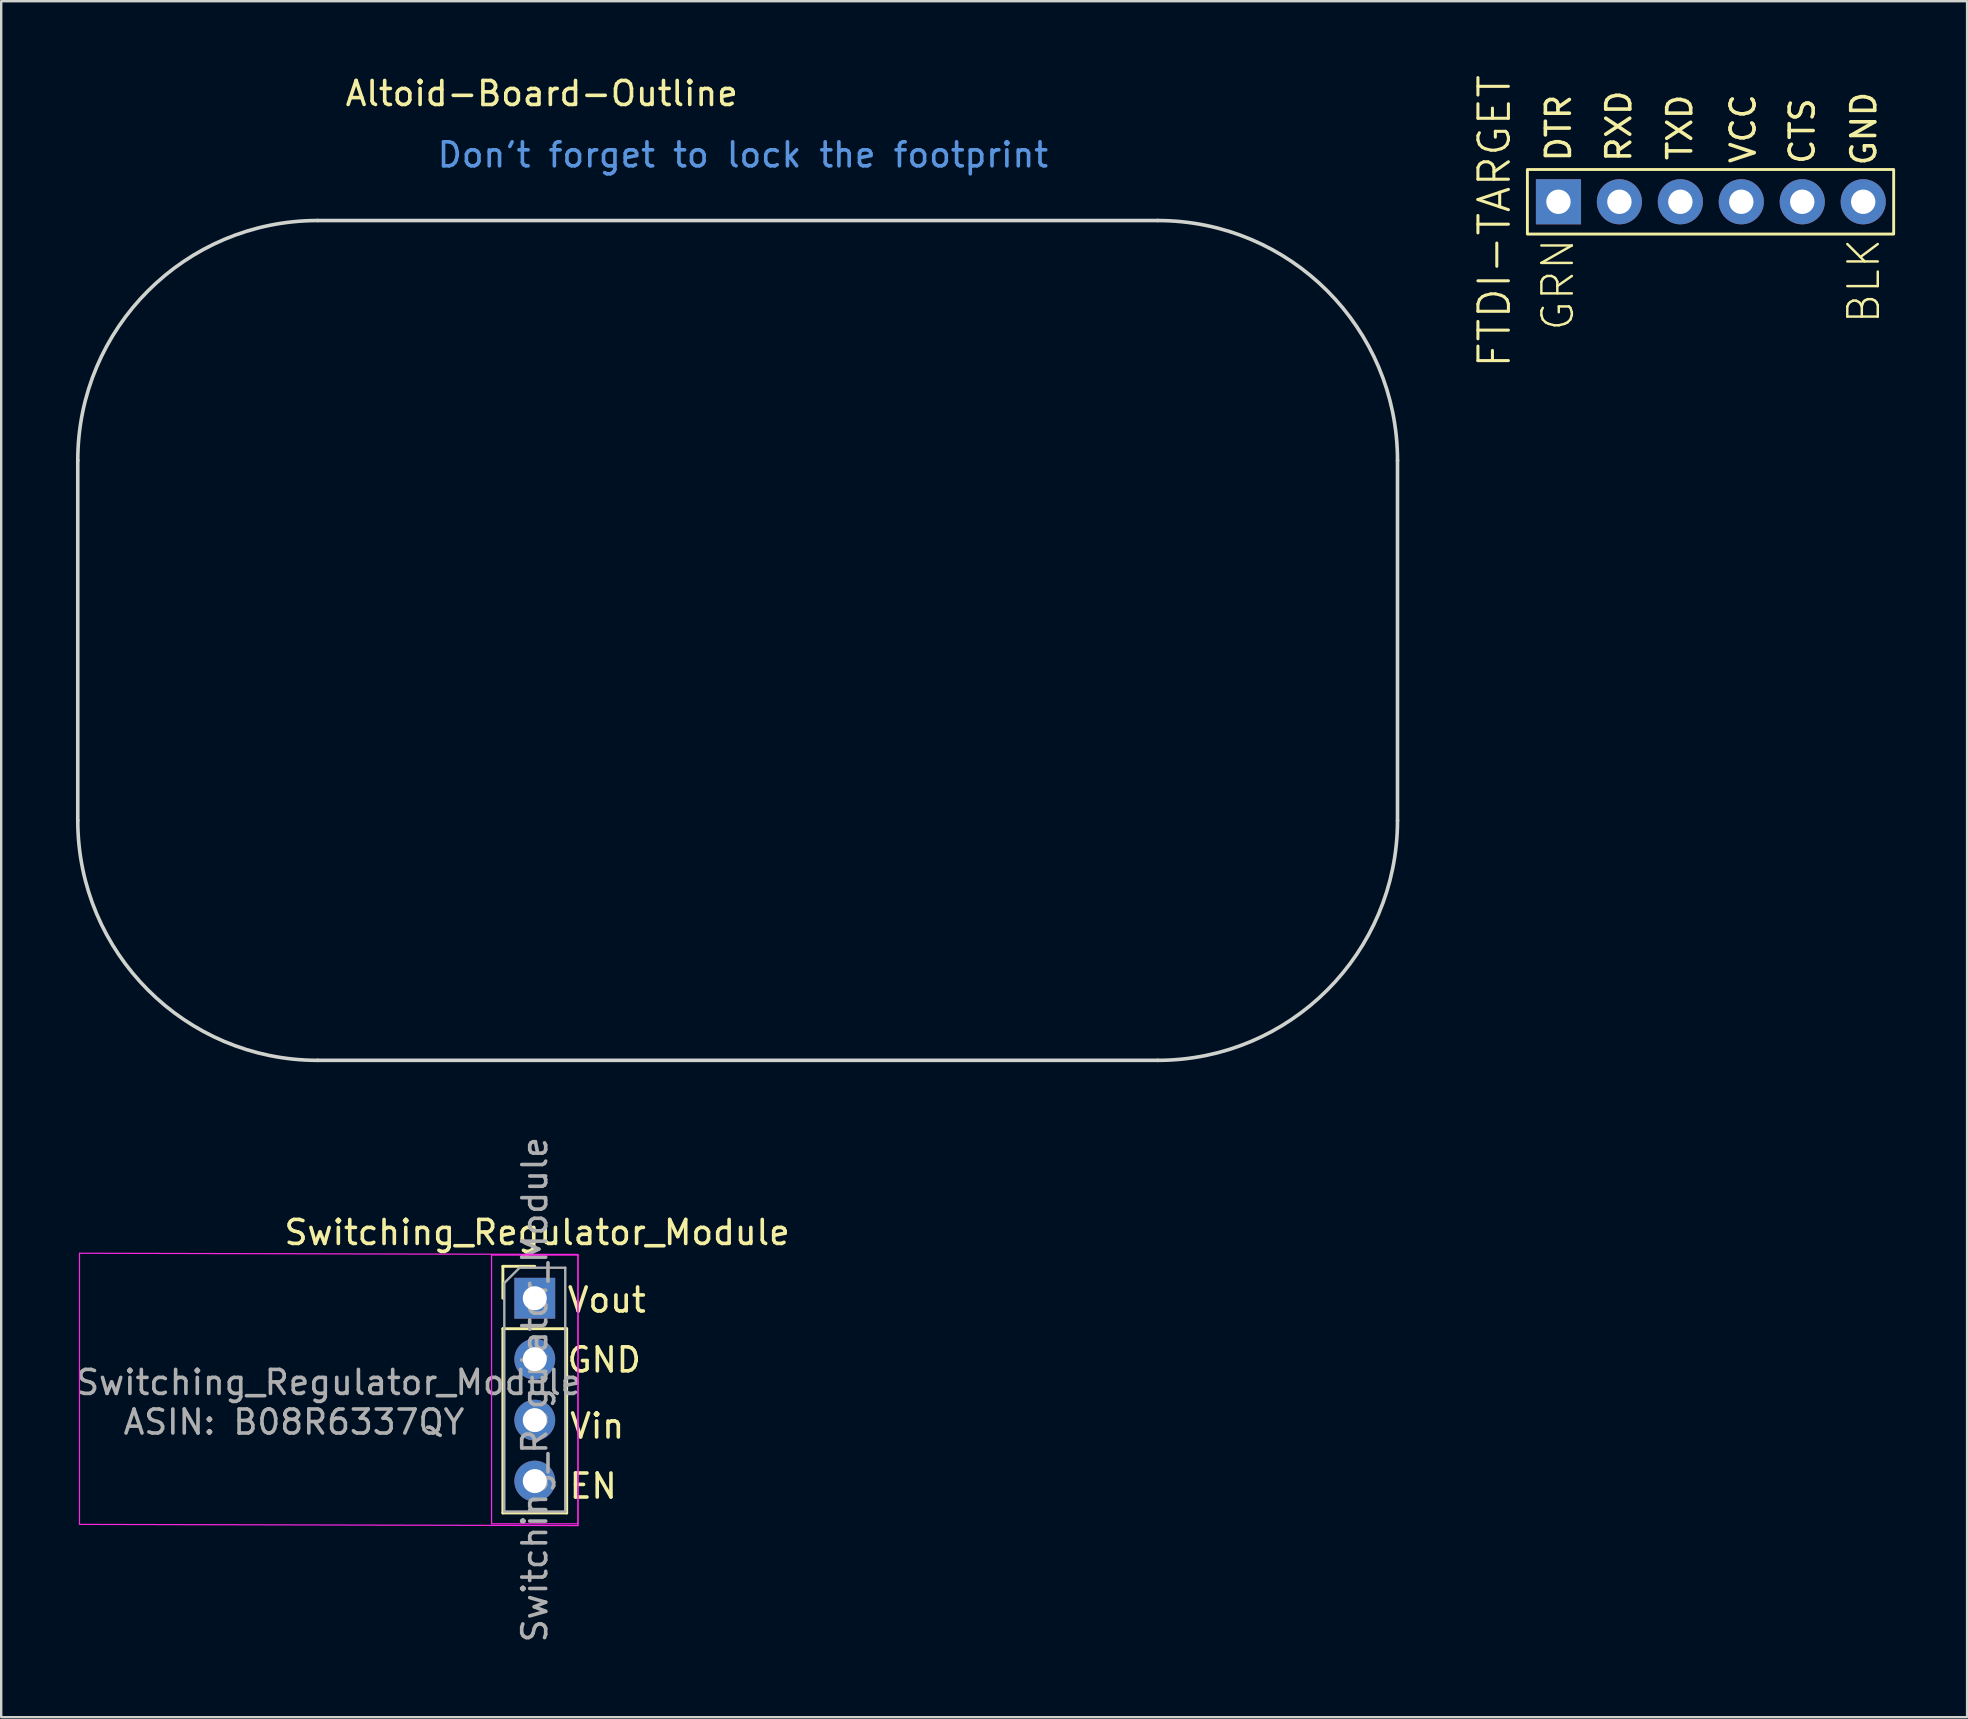
<source format=kicad_pcb>
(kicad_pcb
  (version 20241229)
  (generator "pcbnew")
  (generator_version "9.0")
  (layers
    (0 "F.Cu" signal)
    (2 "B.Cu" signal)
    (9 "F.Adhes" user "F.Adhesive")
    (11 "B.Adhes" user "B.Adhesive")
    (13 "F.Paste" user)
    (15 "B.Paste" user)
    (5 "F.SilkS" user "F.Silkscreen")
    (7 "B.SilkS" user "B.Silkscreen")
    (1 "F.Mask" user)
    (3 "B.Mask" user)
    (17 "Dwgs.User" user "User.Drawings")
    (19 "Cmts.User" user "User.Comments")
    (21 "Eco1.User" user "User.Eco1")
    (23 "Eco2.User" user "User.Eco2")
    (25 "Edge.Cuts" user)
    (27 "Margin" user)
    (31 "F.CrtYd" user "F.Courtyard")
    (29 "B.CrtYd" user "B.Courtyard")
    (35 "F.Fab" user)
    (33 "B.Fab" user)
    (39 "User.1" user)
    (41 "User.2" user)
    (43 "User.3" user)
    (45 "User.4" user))
  (footprint "FTDI-TARGET"
    (layer "F.Cu")
    (at 61.899 5.359)
    (property "Reference" "FTDI-TARGET" (at -2.667 0.813 90) (layer "F.SilkS") (effects (font (size 1.27 1.27) (thickness 0.127))))
    (attr exclude_from_pos_files exclude_from_bom)
    (fp_line (start -0.254 -0.254) (end 0.254 -0.254) (stroke (width 0.066) (type solid)) (layer "F.SilkS"))
    (fp_line (start -0.254 0.254) (end -0.254 -0.254) (stroke (width 0.066) (type solid)) (layer "F.SilkS"))
    (fp_line (start -0.254 0.254) (end 0.254 0.254) (stroke (width 0.066) (type solid)) (layer "F.SilkS"))
    (fp_line (start 0.254 0.254) (end 0.254 -0.254) (stroke (width 0.066) (type solid)) (layer "F.SilkS"))
    (fp_line (start 2.286 -0.254) (end 2.794 -0.254) (stroke (width 0.066) (type solid)) (layer "F.SilkS"))
    (fp_line (start 2.286 0.254) (end 2.286 -0.254) (stroke (width 0.066) (type solid)) (layer "F.SilkS"))
    (fp_line (start 2.286 0.254) (end 2.794 0.254) (stroke (width 0.066) (type solid)) (layer "F.SilkS"))
    (fp_line (start 2.794 0.254) (end 2.794 -0.254) (stroke (width 0.066) (type solid)) (layer "F.SilkS"))
    (fp_line (start 4.826 -0.254) (end 5.334 -0.254) (stroke (width 0.066) (type solid)) (layer "F.SilkS"))
    (fp_line (start 4.826 0.254) (end 4.826 -0.254) (stroke (width 0.066) (type solid)) (layer "F.SilkS"))
    (fp_line (start 4.826 0.254) (end 5.334 0.254) (stroke (width 0.066) (type solid)) (layer "F.SilkS"))
    (fp_line (start 5.334 0.254) (end 5.334 -0.254) (stroke (width 0.066) (type solid)) (layer "F.SilkS"))
    (fp_line (start 7.366 0.254) (end 7.366 -0.254) (stroke (width 0.066) (type solid)) (layer "F.SilkS"))
    (fp_line (start 9.906 -0.254) (end 10.414 -0.254) (stroke (width 0.066) (type solid)) (layer "F.SilkS"))
    (fp_line (start 9.906 0.254) (end 9.906 -0.254) (stroke (width 0.066) (type solid)) (layer "F.SilkS"))
    (fp_line (start 9.906 0.254) (end 10.414 0.254) (stroke (width 0.066) (type solid)) (layer "F.SilkS"))
    (fp_line (start 10.414 0.254) (end 10.414 -0.254) (stroke (width 0.066) (type solid)) (layer "F.SilkS"))
    (fp_line (start 12.446 -0.254) (end 12.954 -0.254) (stroke (width 0.066) (type solid)) (layer "F.SilkS"))
    (fp_line (start 12.446 0.254) (end 12.446 -0.254) (stroke (width 0.066) (type solid)) (layer "F.SilkS"))
    (fp_line (start 12.446 0.254) (end 12.954 0.254) (stroke (width 0.066) (type solid)) (layer "F.SilkS"))
    (fp_line (start 12.954 0.254) (end 12.954 -0.254) (stroke (width 0.066) (type solid)) (layer "F.SilkS"))
    (fp_rect (start -1.295 -1.346) (end 13.97 1.346) (stroke (width 0.12) (type solid)) (fill no) (layer "F.SilkS"))
    (fp_text user "BLK" (at 12.725 3.302 270) (layer "F.SilkS") (effects (font (size 1.27 1.27) (thickness 0.102))))
    (fp_text user "DTR" (at 0 -3.073 90) (layer "F.SilkS") (effects (font (size 1 1) (thickness 0.15))))
    (fp_text user "VCC" (at 7.696 -3.048 90) (layer "F.SilkS") (effects (font (size 1 1) (thickness 0.15))))
    (fp_text user "RXD" (at 2.515 -3.15 90) (layer "F.SilkS") (effects (font (size 1 1) (thickness 0.15))))
    (fp_text user "CTS" (at 10.16 -2.946 90) (layer "F.SilkS") (effects (font (size 1 1) (thickness 0.15))))
    (fp_text user "TXD" (at 5.055 -3.099 90) (layer "F.SilkS") (effects (font (size 1 1) (thickness 0.15))))
    (fp_text user "GRN" (at -0.025 3.454 270) (layer "F.SilkS") (effects (font (size 1.27 1.27) (thickness 0.102))))
    (fp_text user "GND" (at 12.725 -3.048 90) (layer "F.SilkS") (effects (font (size 1 1) (thickness 0.15))))
    (pad "1" thru_hole rect (at 0 0) (size 1.88 1.88) (drill 1.016) (layers "*.Cu" "*.Paste" "*.Mask"))
    (pad "2" thru_hole circle (at 2.54 0) (size 1.88 1.88) (drill 1.016) (layers "*.Cu" "*.Paste" "*.Mask"))
    (pad "3" thru_hole circle (at 5.08 0) (size 1.88 1.88) (drill 1.016) (layers "*.Cu" "*.Paste" "*.Mask"))
    (pad "4" thru_hole circle (at 7.62 0) (size 1.88 1.88) (drill 1.016) (layers "*.Cu" "*.Paste" "*.Mask"))
    (pad "5" thru_hole circle (at 10.16 0) (size 1.88 1.88) (drill 1.016) (layers "*.Cu" "*.Paste" "*.Mask"))
    (pad "6" thru_hole circle (at 12.7 0) (size 1.88 1.88) (drill 1.016) (layers "*.Cu" "*.Paste" "*.Mask")))
  (footprint "Switching_Regulator_Module"
    (layer "F.Cu")
    (at 19.209 50.957)
    (property "Reference" "Switching_Regulator_Module" (at 0.127 -2.642 0) (unlocked yes) (layer "F.SilkS") (effects (font (size 1 1) (thickness 0.15))))
    (attr through_hole)
    (fp_line (start -1.302 -1.233) (end 0.028 -1.233) (stroke (width 0.12) (type solid)) (layer "F.SilkS"))
    (fp_line (start -1.302 0.097) (end -1.302 -1.233) (stroke (width 0.12) (type solid)) (layer "F.SilkS"))
    (fp_line (start -1.302 1.367) (end -1.302 9.047) (stroke (width 0.12) (type solid)) (layer "F.SilkS"))
    (fp_line (start -1.302 1.367) (end 1.358 1.367) (stroke (width 0.12) (type solid)) (layer "F.SilkS"))
    (fp_line (start -1.302 9.047) (end 1.358 9.047) (stroke (width 0.12) (type solid)) (layer "F.SilkS"))
    (fp_line (start 1.358 1.367) (end 1.358 9.047) (stroke (width 0.12) (type solid)) (layer "F.SilkS"))
    (fp_line (start -18.947 -1.778) (end 1.828 -1.728) (stroke (width 0.05) (type solid)) (layer "F.CrtYd"))
    (fp_line (start -18.947 9.522) (end -18.947 -1.778) (stroke (width 0.05) (type solid)) (layer "F.CrtYd"))
    (fp_line (start -1.772 -1.703) (end -1.772 9.497) (stroke (width 0.05) (type solid)) (layer "F.CrtYd"))
    (fp_line (start -1.772 9.497) (end 1.828 9.497) (stroke (width 0.05) (type solid)) (layer "F.CrtYd"))
    (fp_line (start 1.828 -1.703) (end -1.772 -1.703) (stroke (width 0.05) (type solid)) (layer "F.CrtYd"))
    (fp_line (start 1.828 -1.703) (end 1.828 9.572) (stroke (width 0.05) (type solid)) (layer "F.CrtYd"))
    (fp_line (start 1.828 9.497) (end 1.828 -1.703) (stroke (width 0.05) (type solid)) (layer "F.CrtYd"))
    (fp_line (start 1.828 9.572) (end -18.947 9.522) (stroke (width 0.05) (type solid)) (layer "F.CrtYd"))
    (fp_line (start -1.242 -0.538) (end -0.607 -1.173) (stroke (width 0.1) (type solid)) (layer "F.Fab"))
    (fp_line (start -1.242 8.987) (end -1.242 -0.538) (stroke (width 0.1) (type solid)) (layer "F.Fab"))
    (fp_line (start -0.607 -1.173) (end 1.298 -1.173) (stroke (width 0.1) (type solid)) (layer "F.Fab"))
    (fp_line (start 1.298 -1.173) (end 1.298 8.987) (stroke (width 0.1) (type solid)) (layer "F.Fab"))
    (fp_line (start 1.298 8.987) (end -1.242 8.987) (stroke (width 0.1) (type solid)) (layer "F.Fab"))
    (fp_text user "GND" (at 2.921 2.667 0) (unlocked yes) (layer "F.SilkS") (effects (font (size 1 1) (thickness 0.15))))
    (fp_text user "Vin" (at 2.628 5.422 0) (unlocked yes) (layer "F.SilkS") (effects (font (size 1 1) (thickness 0.15))))
    (fp_text user "Vout" (at 3.028 0.172 0) (unlocked yes) (layer "F.SilkS") (effects (font (size 1 1) (thickness 0.15))))
    (fp_text user "EN" (at 2.464 7.925 0) (unlocked yes) (layer "F.SilkS") (effects (font (size 1 1) (thickness 0.15))))
    (fp_text user "ASIN: B08R6337QY" (at -10.008 5.258 0) (unlocked yes) (layer "F.Fab") (effects (font (size 1 1) (thickness 0.15))))
    (fp_text user "${REFERENCE}" (at -8.56 3.607 0) (unlocked yes) (layer "F.Fab") (effects (font (size 1 1) (thickness 0.15))))
    (fp_text user "${REFERENCE}" (at 0.028 3.907 90) (layer "F.Fab") (effects (font (size 1 1) (thickness 0.15))))
    (pad "1" thru_hole rect (at 0.028 0.097) (size 1.7 1.7) (drill 1) (layers "*.Cu" "*.Mask"))
    (pad "2" thru_hole oval (at 0.028 2.637) (size 1.7 1.7) (drill 1) (layers "*.Cu" "*.Mask"))
    (pad "3" thru_hole oval (at 0.028 5.177) (size 1.7 1.7) (drill 1) (layers "*.Cu" "*.Mask"))
    (pad "4" thru_hole oval (at 0.028 7.717) (size 1.7 1.7) (drill 1) (layers "*.Cu" "*.Mask"))
    (zone (net_name "") (layers "F.Cu" "F.SilkS") (hatch edge 0.508) (connect_pads) (min_thickness 0.254) (filled_areas_thickness no) (keepout (tracks allowed) (vias allowed) (pads not_allowed) (copperpour allowed) (footprints not_allowed)) (placement (enabled no)) (fill) (polygon (pts (xy 17.431 60.457) (xy 0.209 60.457) (xy 0.209 49.179) (xy 17.431 49.179)))))
  (footprint "Altoid-Board-Outline"
    (layer "F.Cu")
    (at 0.25 6.123)
    (property "Reference" "Altoid-Board-Outline" (at 19.279 -5.275 0) (unlocked yes) (layer "F.SilkS") (effects (font (size 1 1) (thickness 0.15))))
    (fp_line (start -0.059 10.017) (end -0.059 25.017) (stroke (width 0.15) (type solid)) (layer "Edge.Cuts"))
    (fp_line (start 9.941 0.017) (end 44.941 0.017) (stroke (width 0.15) (type solid)) (layer "Edge.Cuts"))
    (fp_line (start 9.941 35.017) (end 44.941 35.017) (stroke (width 0.15) (type solid)) (layer "Edge.Cuts"))
    (fp_line (start 54.941 10.017) (end 54.941 25.017) (stroke (width 0.15) (type solid)) (layer "Edge.Cuts"))
    (fp_arc (start -0.058732 10.017468) (mid 2.8702 2.9464) (end 9.941268 0.017468) (stroke (width 0.15) (type solid)) (layer "Edge.Cuts"))
    (fp_arc (start 9.941268 35.017468) (mid 2.8702 32.088536) (end -0.058732 25.017468) (stroke (width 0.15) (type solid)) (layer "Edge.Cuts"))
    (fp_arc (start 44.941268 0.017468) (mid 52.012337 2.946399) (end 54.941268 10.017468) (stroke (width 0.15) (type solid)) (layer "Edge.Cuts"))
    (fp_arc (start 54.941268 25.017468) (mid 52.012336 32.088536) (end 44.941268 35.017468) (stroke (width 0.15) (type solid)) (layer "Edge.Cuts"))
    (fp_text user "Don't forget to lock the footprint" (at 27.661 -2.718 0) (unlocked yes) (layer "Cmts.User") (effects (font (size 1 1) (thickness 0.15)))))
  (gr_rect
    (start -3 -3)
    (end 78.929 68.514)
    (stroke (width 0.1) (type default))
    (fill no)
    (layer "Edge.Cuts")))
</source>
